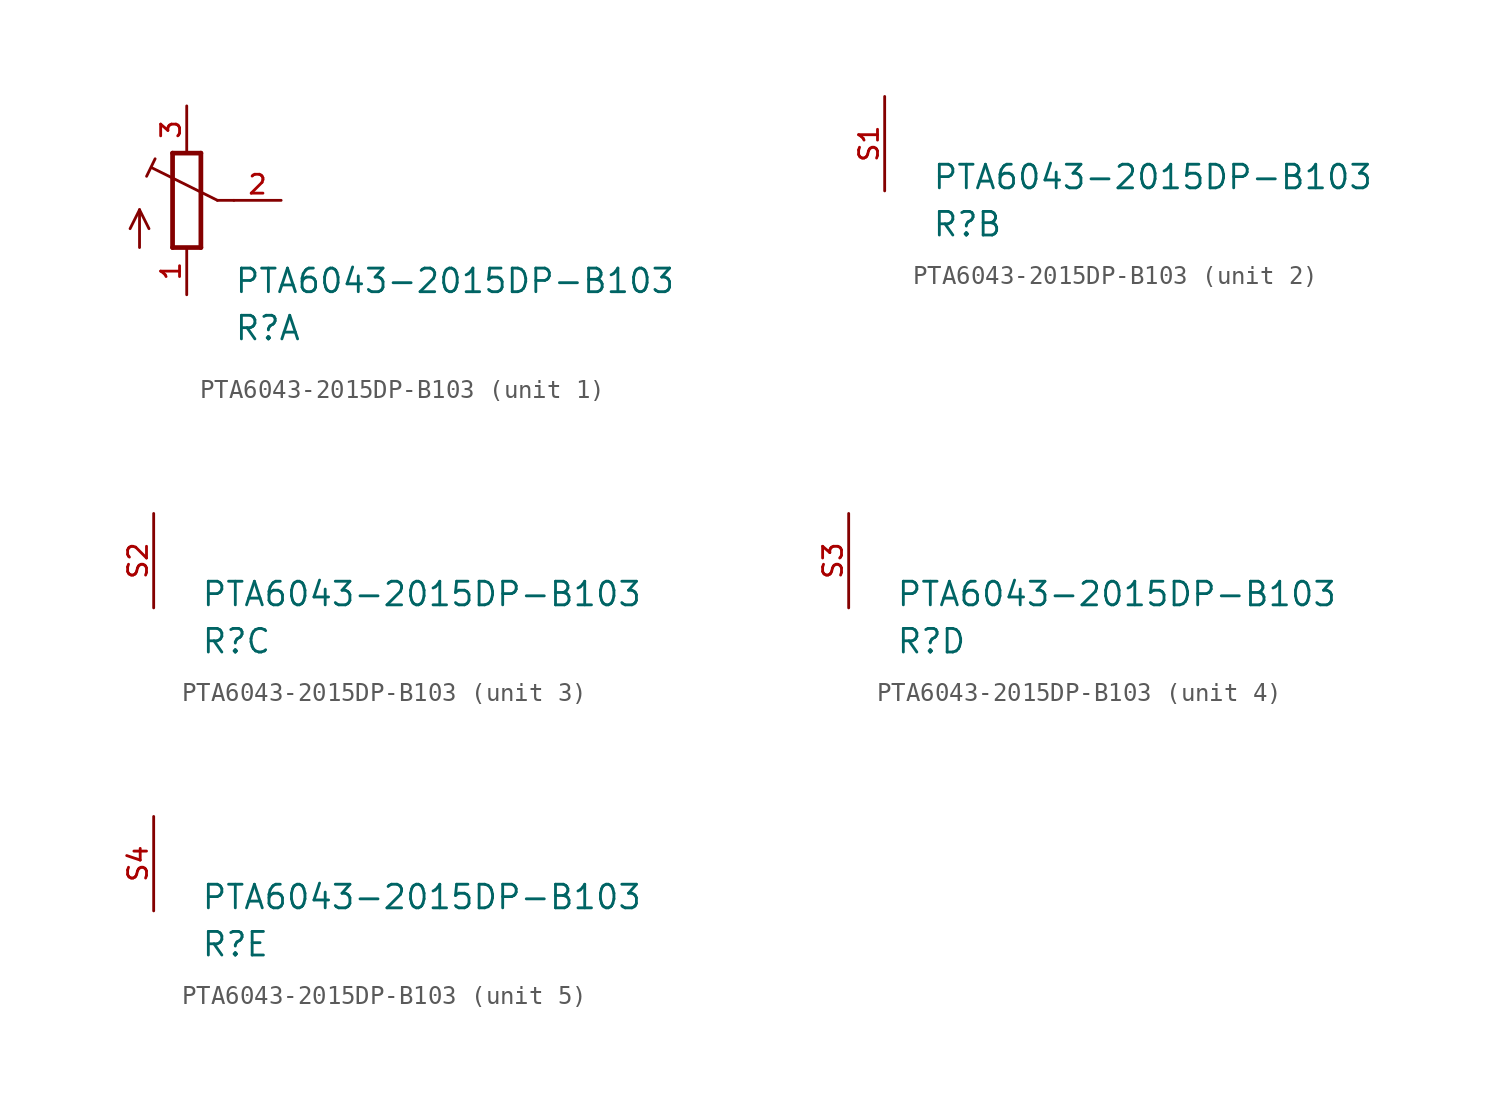
<source format=kicad_sym>
(kicad_symbol_lib
  (version 20211014)
  (generator kicad_symbol_editor)
  (symbol "PTA6043-2015DP-B103"
    (pin_names
      (offset 1.016))
    (property "Reference" "R"
      (at 2.54 -7.62 0)
      (effects (font (size 1.27 1.27)) (justify bottom left)))
    (property "Value" "PTA6043-2015DP-B103"
      (at 2.54 -5.08 0)
      (effects (font (size 1.27 1.27)) (justify bottom left)))
    (symbol "PTA6043-2015DP-B103_1_0"
      (polyline (pts (xy -0.762 2.54) (xy -0.762 -2.54)) (stroke (width 0.254)))
      (polyline (pts (xy 0.762 -2.54) (xy 0.762 2.54)) (stroke (width 0.254)))
      (polyline (pts (xy 2.54 0.0) (xy 1.651 0.0)) (stroke (width 0.152)))
      (polyline (pts (xy 1.651 0.0) (xy -1.88 1.753)) (stroke (width 0.152)))
      (polyline (pts (xy 0.762 2.54) (xy -0.762 2.54)) (stroke (width 0.254)))
      (polyline (pts (xy -0.762 -2.54) (xy 0.762 -2.54)) (stroke (width 0.254)))
      (polyline (pts (xy -2.54 -2.54) (xy -2.54 -0.508)) (stroke (width 0.152)))
      (polyline (pts (xy -2.54 -0.508) (xy -3.048 -1.524)) (stroke (width 0.152)))
      (polyline (pts (xy -2.54 -0.508) (xy -2.032 -1.524)) (stroke (width 0.152)))
      (polyline (pts (xy -2.16 1.294) (xy -1.702 2.235)) (stroke (width 0.152)))
      (pin passive line (at 0.0 -5.08 90.0) (length 2.54) (name "~" (effects (font (size 1.016 1.016)))) (number "1" (effects (font (size 1.016 1.016)))))
      (pin passive line (at 0.0 5.08 270.0) (length 2.54) (name "~" (effects (font (size 1.016 1.016)))) (number "3" (effects (font (size 1.016 1.016)))))
      (pin passive line (at 5.08 0.0 180.0) (length 2.54) (name "~" (effects (font (size 1.016 1.016)))) (number "2" (effects (font (size 1.016 1.016))))))
    (symbol "PTA6043-2015DP-B103_2_0"
      (pin passive line (at 0.0 0.0 270.0) (length 5.08) (name "~" (effects (font (size 1.016 1.016)))) (number "S1" (effects (font (size 1.016 1.016))))))
    (symbol "PTA6043-2015DP-B103_3_0"
      (pin passive line (at 0.0 0.0 270.0) (length 5.08) (name "~" (effects (font (size 1.016 1.016)))) (number "S2" (effects (font (size 1.016 1.016))))))
    (symbol "PTA6043-2015DP-B103_4_0"
      (pin passive line (at 0.0 0.0 270.0) (length 5.08) (name "~" (effects (font (size 1.016 1.016)))) (number "S3" (effects (font (size 1.016 1.016))))))
    (symbol "PTA6043-2015DP-B103_5_0"
      (pin passive line (at 0.0 0.0 270.0) (length 5.08) (name "~" (effects (font (size 1.016 1.016)))) (number "S4" (effects (font (size 1.016 1.016))))))))
</source>
